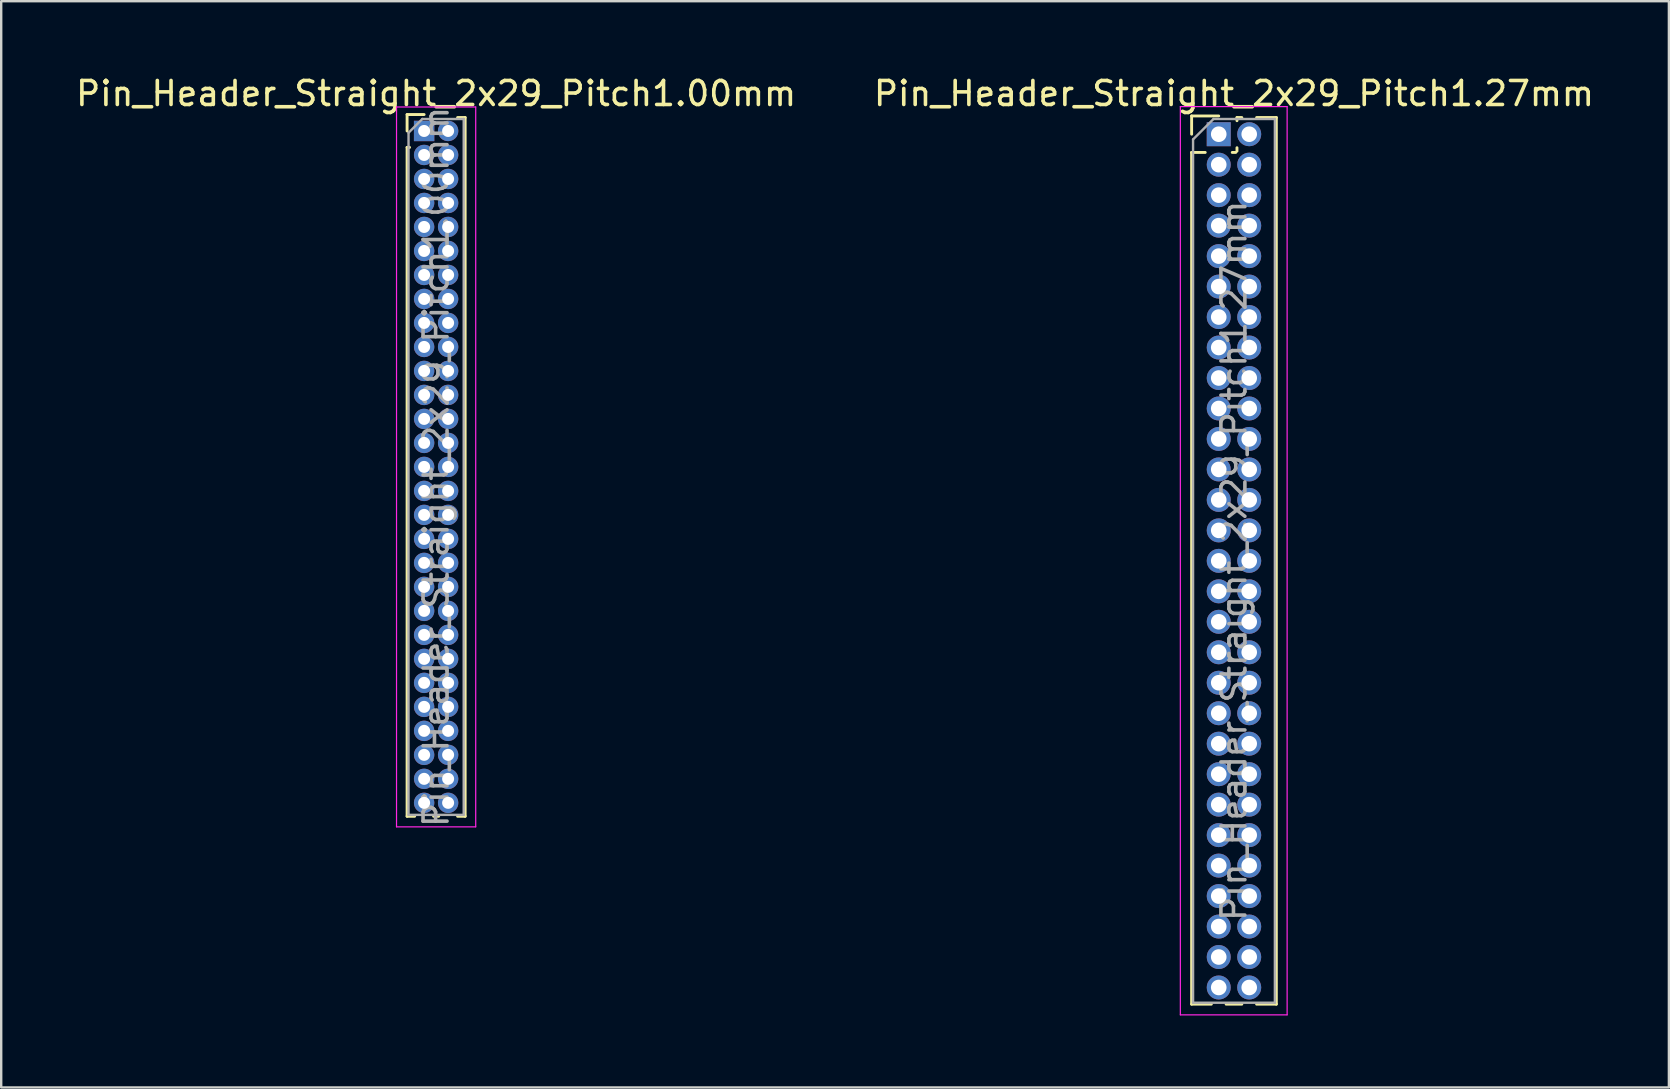
<source format=kicad_pcb>
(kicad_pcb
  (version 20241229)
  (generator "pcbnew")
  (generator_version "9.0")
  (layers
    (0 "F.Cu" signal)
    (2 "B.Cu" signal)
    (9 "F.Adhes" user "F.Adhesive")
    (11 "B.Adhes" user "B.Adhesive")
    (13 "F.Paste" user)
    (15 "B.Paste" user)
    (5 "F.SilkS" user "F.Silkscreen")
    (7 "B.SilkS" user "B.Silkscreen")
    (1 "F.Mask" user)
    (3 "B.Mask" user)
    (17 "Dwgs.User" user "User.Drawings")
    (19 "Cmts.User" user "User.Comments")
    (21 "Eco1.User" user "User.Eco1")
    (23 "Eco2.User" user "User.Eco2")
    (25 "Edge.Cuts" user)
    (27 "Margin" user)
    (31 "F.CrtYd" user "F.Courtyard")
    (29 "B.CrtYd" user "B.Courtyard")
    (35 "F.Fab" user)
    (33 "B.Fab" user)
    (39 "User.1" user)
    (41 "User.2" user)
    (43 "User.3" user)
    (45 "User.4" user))
  (footprint "Pin_Header_Straight_2x29_Pitch1.00mm"
    (layer "F.Cu")
    (at 14.625 2.408)
    (property "Reference" "Pin_Header_Straight_2x29_Pitch1.00mm" (at 0.5 -1.56 0) (layer "F.SilkS") (effects (font (size 1 1) (thickness 0.15))))
    (attr through_hole)
    (fp_line (start -0.71 -0.685) (end 0 -0.685) (stroke (width 0.12) (type solid)) (layer "F.SilkS"))
    (fp_line (start -0.71 0) (end -0.71 -0.685) (stroke (width 0.12) (type solid)) (layer "F.SilkS"))
    (fp_line (start -0.71 0.685) (end -0.71 28.56) (stroke (width 0.12) (type solid)) (layer "F.SilkS"))
    (fp_line (start -0.71 0.685) (end -0.608 0.685) (stroke (width 0.12) (type solid)) (layer "F.SilkS"))
    (fp_line (start -0.71 28.56) (end -0.394 28.56) (stroke (width 0.12) (type solid)) (layer "F.SilkS"))
    (fp_line (start 0.394 28.56) (end 0.606 28.56) (stroke (width 0.12) (type solid)) (layer "F.SilkS"))
    (fp_line (start 1.394 -0.56) (end 1.71 -0.56) (stroke (width 0.12) (type solid)) (layer "F.SilkS"))
    (fp_line (start 1.394 28.56) (end 1.71 28.56) (stroke (width 0.12) (type solid)) (layer "F.SilkS"))
    (fp_line (start 1.71 -0.56) (end 1.71 28.56) (stroke (width 0.12) (type solid)) (layer "F.SilkS"))
    (fp_line (start -1.15 -1) (end -1.15 29) (stroke (width 0.05) (type solid)) (layer "F.CrtYd"))
    (fp_line (start -1.15 29) (end 2.15 29) (stroke (width 0.05) (type solid)) (layer "F.CrtYd"))
    (fp_line (start 2.15 -1) (end -1.15 -1) (stroke (width 0.05) (type solid)) (layer "F.CrtYd"))
    (fp_line (start 2.15 29) (end 2.15 -1) (stroke (width 0.05) (type solid)) (layer "F.CrtYd"))
    (fp_line (start -0.65 0.075) (end -0.075 -0.5) (stroke (width 0.1) (type solid)) (layer "F.Fab"))
    (fp_line (start -0.65 28.5) (end -0.65 0.075) (stroke (width 0.1) (type solid)) (layer "F.Fab"))
    (fp_line (start -0.075 -0.5) (end 1.65 -0.5) (stroke (width 0.1) (type solid)) (layer "F.Fab"))
    (fp_line (start 1.65 -0.5) (end 1.65 28.5) (stroke (width 0.1) (type solid)) (layer "F.Fab"))
    (fp_line (start 1.65 28.5) (end -0.65 28.5) (stroke (width 0.1) (type solid)) (layer "F.Fab"))
    (fp_text user "${REFERENCE}" (at 0.5 14 90) (layer "F.Fab") (effects (font (size 1 1) (thickness 0.15))))
    (pad "1" thru_hole rect (at 0 0) (size 0.85 0.85) (drill 0.5) (layers "*.Cu" "*.Mask"))
    (pad "2" thru_hole oval (at 1 0) (size 0.85 0.85) (drill 0.5) (layers "*.Cu" "*.Mask"))
    (pad "3" thru_hole oval (at 0 1) (size 0.85 0.85) (drill 0.5) (layers "*.Cu" "*.Mask"))
    (pad "4" thru_hole oval (at 1 1) (size 0.85 0.85) (drill 0.5) (layers "*.Cu" "*.Mask"))
    (pad "5" thru_hole oval (at 0 2) (size 0.85 0.85) (drill 0.5) (layers "*.Cu" "*.Mask"))
    (pad "6" thru_hole oval (at 1 2) (size 0.85 0.85) (drill 0.5) (layers "*.Cu" "*.Mask"))
    (pad "7" thru_hole oval (at 0 3) (size 0.85 0.85) (drill 0.5) (layers "*.Cu" "*.Mask"))
    (pad "8" thru_hole oval (at 1 3) (size 0.85 0.85) (drill 0.5) (layers "*.Cu" "*.Mask"))
    (pad "9" thru_hole oval (at 0 4) (size 0.85 0.85) (drill 0.5) (layers "*.Cu" "*.Mask"))
    (pad "10" thru_hole oval (at 1 4) (size 0.85 0.85) (drill 0.5) (layers "*.Cu" "*.Mask"))
    (pad "11" thru_hole oval (at 0 5) (size 0.85 0.85) (drill 0.5) (layers "*.Cu" "*.Mask"))
    (pad "12" thru_hole oval (at 1 5) (size 0.85 0.85) (drill 0.5) (layers "*.Cu" "*.Mask"))
    (pad "13" thru_hole oval (at 0 6) (size 0.85 0.85) (drill 0.5) (layers "*.Cu" "*.Mask"))
    (pad "14" thru_hole oval (at 1 6) (size 0.85 0.85) (drill 0.5) (layers "*.Cu" "*.Mask"))
    (pad "15" thru_hole oval (at 0 7) (size 0.85 0.85) (drill 0.5) (layers "*.Cu" "*.Mask"))
    (pad "16" thru_hole oval (at 1 7) (size 0.85 0.85) (drill 0.5) (layers "*.Cu" "*.Mask"))
    (pad "17" thru_hole oval (at 0 8) (size 0.85 0.85) (drill 0.5) (layers "*.Cu" "*.Mask"))
    (pad "18" thru_hole oval (at 1 8) (size 0.85 0.85) (drill 0.5) (layers "*.Cu" "*.Mask"))
    (pad "19" thru_hole oval (at 0 9) (size 0.85 0.85) (drill 0.5) (layers "*.Cu" "*.Mask"))
    (pad "20" thru_hole oval (at 1 9) (size 0.85 0.85) (drill 0.5) (layers "*.Cu" "*.Mask"))
    (pad "21" thru_hole oval (at 0 10) (size 0.85 0.85) (drill 0.5) (layers "*.Cu" "*.Mask"))
    (pad "22" thru_hole oval (at 1 10) (size 0.85 0.85) (drill 0.5) (layers "*.Cu" "*.Mask"))
    (pad "23" thru_hole oval (at 0 11) (size 0.85 0.85) (drill 0.5) (layers "*.Cu" "*.Mask"))
    (pad "24" thru_hole oval (at 1 11) (size 0.85 0.85) (drill 0.5) (layers "*.Cu" "*.Mask"))
    (pad "25" thru_hole oval (at 0 12) (size 0.85 0.85) (drill 0.5) (layers "*.Cu" "*.Mask"))
    (pad "26" thru_hole oval (at 1 12) (size 0.85 0.85) (drill 0.5) (layers "*.Cu" "*.Mask"))
    (pad "27" thru_hole oval (at 0 13) (size 0.85 0.85) (drill 0.5) (layers "*.Cu" "*.Mask"))
    (pad "28" thru_hole oval (at 1 13) (size 0.85 0.85) (drill 0.5) (layers "*.Cu" "*.Mask"))
    (pad "29" thru_hole oval (at 0 14) (size 0.85 0.85) (drill 0.5) (layers "*.Cu" "*.Mask"))
    (pad "30" thru_hole oval (at 1 14) (size 0.85 0.85) (drill 0.5) (layers "*.Cu" "*.Mask"))
    (pad "31" thru_hole oval (at 0 15) (size 0.85 0.85) (drill 0.5) (layers "*.Cu" "*.Mask"))
    (pad "32" thru_hole oval (at 1 15) (size 0.85 0.85) (drill 0.5) (layers "*.Cu" "*.Mask"))
    (pad "33" thru_hole oval (at 0 16) (size 0.85 0.85) (drill 0.5) (layers "*.Cu" "*.Mask"))
    (pad "34" thru_hole oval (at 1 16) (size 0.85 0.85) (drill 0.5) (layers "*.Cu" "*.Mask"))
    (pad "35" thru_hole oval (at 0 17) (size 0.85 0.85) (drill 0.5) (layers "*.Cu" "*.Mask"))
    (pad "36" thru_hole oval (at 1 17) (size 0.85 0.85) (drill 0.5) (layers "*.Cu" "*.Mask"))
    (pad "37" thru_hole oval (at 0 18) (size 0.85 0.85) (drill 0.5) (layers "*.Cu" "*.Mask"))
    (pad "38" thru_hole oval (at 1 18) (size 0.85 0.85) (drill 0.5) (layers "*.Cu" "*.Mask"))
    (pad "39" thru_hole oval (at 0 19) (size 0.85 0.85) (drill 0.5) (layers "*.Cu" "*.Mask"))
    (pad "40" thru_hole oval (at 1 19) (size 0.85 0.85) (drill 0.5) (layers "*.Cu" "*.Mask"))
    (pad "41" thru_hole oval (at 0 20) (size 0.85 0.85) (drill 0.5) (layers "*.Cu" "*.Mask"))
    (pad "42" thru_hole oval (at 1 20) (size 0.85 0.85) (drill 0.5) (layers "*.Cu" "*.Mask"))
    (pad "43" thru_hole oval (at 0 21) (size 0.85 0.85) (drill 0.5) (layers "*.Cu" "*.Mask"))
    (pad "44" thru_hole oval (at 1 21) (size 0.85 0.85) (drill 0.5) (layers "*.Cu" "*.Mask"))
    (pad "45" thru_hole oval (at 0 22) (size 0.85 0.85) (drill 0.5) (layers "*.Cu" "*.Mask"))
    (pad "46" thru_hole oval (at 1 22) (size 0.85 0.85) (drill 0.5) (layers "*.Cu" "*.Mask"))
    (pad "47" thru_hole oval (at 0 23) (size 0.85 0.85) (drill 0.5) (layers "*.Cu" "*.Mask"))
    (pad "48" thru_hole oval (at 1 23) (size 0.85 0.85) (drill 0.5) (layers "*.Cu" "*.Mask"))
    (pad "49" thru_hole oval (at 0 24) (size 0.85 0.85) (drill 0.5) (layers "*.Cu" "*.Mask"))
    (pad "50" thru_hole oval (at 1 24) (size 0.85 0.85) (drill 0.5) (layers "*.Cu" "*.Mask"))
    (pad "51" thru_hole oval (at 0 25) (size 0.85 0.85) (drill 0.5) (layers "*.Cu" "*.Mask"))
    (pad "52" thru_hole oval (at 1 25) (size 0.85 0.85) (drill 0.5) (layers "*.Cu" "*.Mask"))
    (pad "53" thru_hole oval (at 0 26) (size 0.85 0.85) (drill 0.5) (layers "*.Cu" "*.Mask"))
    (pad "54" thru_hole oval (at 1 26) (size 0.85 0.85) (drill 0.5) (layers "*.Cu" "*.Mask"))
    (pad "55" thru_hole oval (at 0 27) (size 0.85 0.85) (drill 0.5) (layers "*.Cu" "*.Mask"))
    (pad "56" thru_hole oval (at 1 27) (size 0.85 0.85) (drill 0.5) (layers "*.Cu" "*.Mask"))
    (pad "57" thru_hole oval (at 0 28) (size 0.85 0.85) (drill 0.5) (layers "*.Cu" "*.Mask"))
    (pad "58" thru_hole oval (at 1 28) (size 0.85 0.85) (drill 0.5) (layers "*.Cu" "*.Mask")))
  (footprint "Pin_Header_Straight_2x29_Pitch1.27mm"
    (layer "F.Cu")
    (at 47.74 2.543)
    (property "Reference" "Pin_Header_Straight_2x29_Pitch1.27mm" (at 0.635 -1.695 0) (layer "F.SilkS") (effects (font (size 1 1) (thickness 0.15))))
    (attr through_hole)
    (fp_line (start -1.13 -0.76) (end 0 -0.76) (stroke (width 0.12) (type solid)) (layer "F.SilkS"))
    (fp_line (start -1.13 0) (end -1.13 -0.76) (stroke (width 0.12) (type solid)) (layer "F.SilkS"))
    (fp_line (start -1.13 0.76) (end -1.13 36.255) (stroke (width 0.12) (type solid)) (layer "F.SilkS"))
    (fp_line (start -1.13 0.76) (end -0.563 0.76) (stroke (width 0.12) (type solid)) (layer "F.SilkS"))
    (fp_line (start -1.13 36.255) (end -0.308 36.255) (stroke (width 0.12) (type solid)) (layer "F.SilkS"))
    (fp_line (start 0.308 36.255) (end 0.962 36.255) (stroke (width 0.12) (type solid)) (layer "F.SilkS"))
    (fp_line (start 0.563 0.76) (end 0.707 0.76) (stroke (width 0.12) (type solid)) (layer "F.SilkS"))
    (fp_line (start 0.76 -0.695) (end 0.962 -0.695) (stroke (width 0.12) (type solid)) (layer "F.SilkS"))
    (fp_line (start 0.76 -0.563) (end 0.76 -0.695) (stroke (width 0.12) (type solid)) (layer "F.SilkS"))
    (fp_line (start 0.76 0.707) (end 0.76 0.563) (stroke (width 0.12) (type solid)) (layer "F.SilkS"))
    (fp_line (start 1.578 -0.695) (end 2.4 -0.695) (stroke (width 0.12) (type solid)) (layer "F.SilkS"))
    (fp_line (start 1.578 36.255) (end 2.4 36.255) (stroke (width 0.12) (type solid)) (layer "F.SilkS"))
    (fp_line (start 2.4 -0.695) (end 2.4 36.255) (stroke (width 0.12) (type solid)) (layer "F.SilkS"))
    (fp_line (start -1.6 -1.15) (end -1.6 36.7) (stroke (width 0.05) (type solid)) (layer "F.CrtYd"))
    (fp_line (start -1.6 36.7) (end 2.85 36.7) (stroke (width 0.05) (type solid)) (layer "F.CrtYd"))
    (fp_line (start 2.85 -1.15) (end -1.6 -1.15) (stroke (width 0.05) (type solid)) (layer "F.CrtYd"))
    (fp_line (start 2.85 36.7) (end 2.85 -1.15) (stroke (width 0.05) (type solid)) (layer "F.CrtYd"))
    (fp_line (start -1.07 0.217) (end -0.217 -0.635) (stroke (width 0.1) (type solid)) (layer "F.Fab"))
    (fp_line (start -1.07 36.195) (end -1.07 0.217) (stroke (width 0.1) (type solid)) (layer "F.Fab"))
    (fp_line (start -0.217 -0.635) (end 2.34 -0.635) (stroke (width 0.1) (type solid)) (layer "F.Fab"))
    (fp_line (start 2.34 -0.635) (end 2.34 36.195) (stroke (width 0.1) (type solid)) (layer "F.Fab"))
    (fp_line (start 2.34 36.195) (end -1.07 36.195) (stroke (width 0.1) (type solid)) (layer "F.Fab"))
    (fp_text user "${REFERENCE}" (at 0.635 17.78 90) (layer "F.Fab") (effects (font (size 1 1) (thickness 0.15))))
    (pad "1" thru_hole rect (at 0 0) (size 1 1) (drill 0.65) (layers "*.Cu" "*.Mask"))
    (pad "2" thru_hole oval (at 1.27 0) (size 1 1) (drill 0.65) (layers "*.Cu" "*.Mask"))
    (pad "3" thru_hole oval (at 0 1.27) (size 1 1) (drill 0.65) (layers "*.Cu" "*.Mask"))
    (pad "4" thru_hole oval (at 1.27 1.27) (size 1 1) (drill 0.65) (layers "*.Cu" "*.Mask"))
    (pad "5" thru_hole oval (at 0 2.54) (size 1 1) (drill 0.65) (layers "*.Cu" "*.Mask"))
    (pad "6" thru_hole oval (at 1.27 2.54) (size 1 1) (drill 0.65) (layers "*.Cu" "*.Mask"))
    (pad "7" thru_hole oval (at 0 3.81) (size 1 1) (drill 0.65) (layers "*.Cu" "*.Mask"))
    (pad "8" thru_hole oval (at 1.27 3.81) (size 1 1) (drill 0.65) (layers "*.Cu" "*.Mask"))
    (pad "9" thru_hole oval (at 0 5.08) (size 1 1) (drill 0.65) (layers "*.Cu" "*.Mask"))
    (pad "10" thru_hole oval (at 1.27 5.08) (size 1 1) (drill 0.65) (layers "*.Cu" "*.Mask"))
    (pad "11" thru_hole oval (at 0 6.35) (size 1 1) (drill 0.65) (layers "*.Cu" "*.Mask"))
    (pad "12" thru_hole oval (at 1.27 6.35) (size 1 1) (drill 0.65) (layers "*.Cu" "*.Mask"))
    (pad "13" thru_hole oval (at 0 7.62) (size 1 1) (drill 0.65) (layers "*.Cu" "*.Mask"))
    (pad "14" thru_hole oval (at 1.27 7.62) (size 1 1) (drill 0.65) (layers "*.Cu" "*.Mask"))
    (pad "15" thru_hole oval (at 0 8.89) (size 1 1) (drill 0.65) (layers "*.Cu" "*.Mask"))
    (pad "16" thru_hole oval (at 1.27 8.89) (size 1 1) (drill 0.65) (layers "*.Cu" "*.Mask"))
    (pad "17" thru_hole oval (at 0 10.16) (size 1 1) (drill 0.65) (layers "*.Cu" "*.Mask"))
    (pad "18" thru_hole oval (at 1.27 10.16) (size 1 1) (drill 0.65) (layers "*.Cu" "*.Mask"))
    (pad "19" thru_hole oval (at 0 11.43) (size 1 1) (drill 0.65) (layers "*.Cu" "*.Mask"))
    (pad "20" thru_hole oval (at 1.27 11.43) (size 1 1) (drill 0.65) (layers "*.Cu" "*.Mask"))
    (pad "21" thru_hole oval (at 0 12.7) (size 1 1) (drill 0.65) (layers "*.Cu" "*.Mask"))
    (pad "22" thru_hole oval (at 1.27 12.7) (size 1 1) (drill 0.65) (layers "*.Cu" "*.Mask"))
    (pad "23" thru_hole oval (at 0 13.97) (size 1 1) (drill 0.65) (layers "*.Cu" "*.Mask"))
    (pad "24" thru_hole oval (at 1.27 13.97) (size 1 1) (drill 0.65) (layers "*.Cu" "*.Mask"))
    (pad "25" thru_hole oval (at 0 15.24) (size 1 1) (drill 0.65) (layers "*.Cu" "*.Mask"))
    (pad "26" thru_hole oval (at 1.27 15.24) (size 1 1) (drill 0.65) (layers "*.Cu" "*.Mask"))
    (pad "27" thru_hole oval (at 0 16.51) (size 1 1) (drill 0.65) (layers "*.Cu" "*.Mask"))
    (pad "28" thru_hole oval (at 1.27 16.51) (size 1 1) (drill 0.65) (layers "*.Cu" "*.Mask"))
    (pad "29" thru_hole oval (at 0 17.78) (size 1 1) (drill 0.65) (layers "*.Cu" "*.Mask"))
    (pad "30" thru_hole oval (at 1.27 17.78) (size 1 1) (drill 0.65) (layers "*.Cu" "*.Mask"))
    (pad "31" thru_hole oval (at 0 19.05) (size 1 1) (drill 0.65) (layers "*.Cu" "*.Mask"))
    (pad "32" thru_hole oval (at 1.27 19.05) (size 1 1) (drill 0.65) (layers "*.Cu" "*.Mask"))
    (pad "33" thru_hole oval (at 0 20.32) (size 1 1) (drill 0.65) (layers "*.Cu" "*.Mask"))
    (pad "34" thru_hole oval (at 1.27 20.32) (size 1 1) (drill 0.65) (layers "*.Cu" "*.Mask"))
    (pad "35" thru_hole oval (at 0 21.59) (size 1 1) (drill 0.65) (layers "*.Cu" "*.Mask"))
    (pad "36" thru_hole oval (at 1.27 21.59) (size 1 1) (drill 0.65) (layers "*.Cu" "*.Mask"))
    (pad "37" thru_hole oval (at 0 22.86) (size 1 1) (drill 0.65) (layers "*.Cu" "*.Mask"))
    (pad "38" thru_hole oval (at 1.27 22.86) (size 1 1) (drill 0.65) (layers "*.Cu" "*.Mask"))
    (pad "39" thru_hole oval (at 0 24.13) (size 1 1) (drill 0.65) (layers "*.Cu" "*.Mask"))
    (pad "40" thru_hole oval (at 1.27 24.13) (size 1 1) (drill 0.65) (layers "*.Cu" "*.Mask"))
    (pad "41" thru_hole oval (at 0 25.4) (size 1 1) (drill 0.65) (layers "*.Cu" "*.Mask"))
    (pad "42" thru_hole oval (at 1.27 25.4) (size 1 1) (drill 0.65) (layers "*.Cu" "*.Mask"))
    (pad "43" thru_hole oval (at 0 26.67) (size 1 1) (drill 0.65) (layers "*.Cu" "*.Mask"))
    (pad "44" thru_hole oval (at 1.27 26.67) (size 1 1) (drill 0.65) (layers "*.Cu" "*.Mask"))
    (pad "45" thru_hole oval (at 0 27.94) (size 1 1) (drill 0.65) (layers "*.Cu" "*.Mask"))
    (pad "46" thru_hole oval (at 1.27 27.94) (size 1 1) (drill 0.65) (layers "*.Cu" "*.Mask"))
    (pad "47" thru_hole oval (at 0 29.21) (size 1 1) (drill 0.65) (layers "*.Cu" "*.Mask"))
    (pad "48" thru_hole oval (at 1.27 29.21) (size 1 1) (drill 0.65) (layers "*.Cu" "*.Mask"))
    (pad "49" thru_hole oval (at 0 30.48) (size 1 1) (drill 0.65) (layers "*.Cu" "*.Mask"))
    (pad "50" thru_hole oval (at 1.27 30.48) (size 1 1) (drill 0.65) (layers "*.Cu" "*.Mask"))
    (pad "51" thru_hole oval (at 0 31.75) (size 1 1) (drill 0.65) (layers "*.Cu" "*.Mask"))
    (pad "52" thru_hole oval (at 1.27 31.75) (size 1 1) (drill 0.65) (layers "*.Cu" "*.Mask"))
    (pad "53" thru_hole oval (at 0 33.02) (size 1 1) (drill 0.65) (layers "*.Cu" "*.Mask"))
    (pad "54" thru_hole oval (at 1.27 33.02) (size 1 1) (drill 0.65) (layers "*.Cu" "*.Mask"))
    (pad "55" thru_hole oval (at 0 34.29) (size 1 1) (drill 0.65) (layers "*.Cu" "*.Mask"))
    (pad "56" thru_hole oval (at 1.27 34.29) (size 1 1) (drill 0.65) (layers "*.Cu" "*.Mask"))
    (pad "57" thru_hole oval (at 0 35.56) (size 1 1) (drill 0.65) (layers "*.Cu" "*.Mask"))
    (pad "58" thru_hole oval (at 1.27 35.56) (size 1 1) (drill 0.65) (layers "*.Cu" "*.Mask")))
  (gr_rect
    (start -3 -3)
    (end 66.5 42.268)
    (stroke (width 0.1) (type default))
    (fill no)
    (layer "Edge.Cuts")))
</source>
